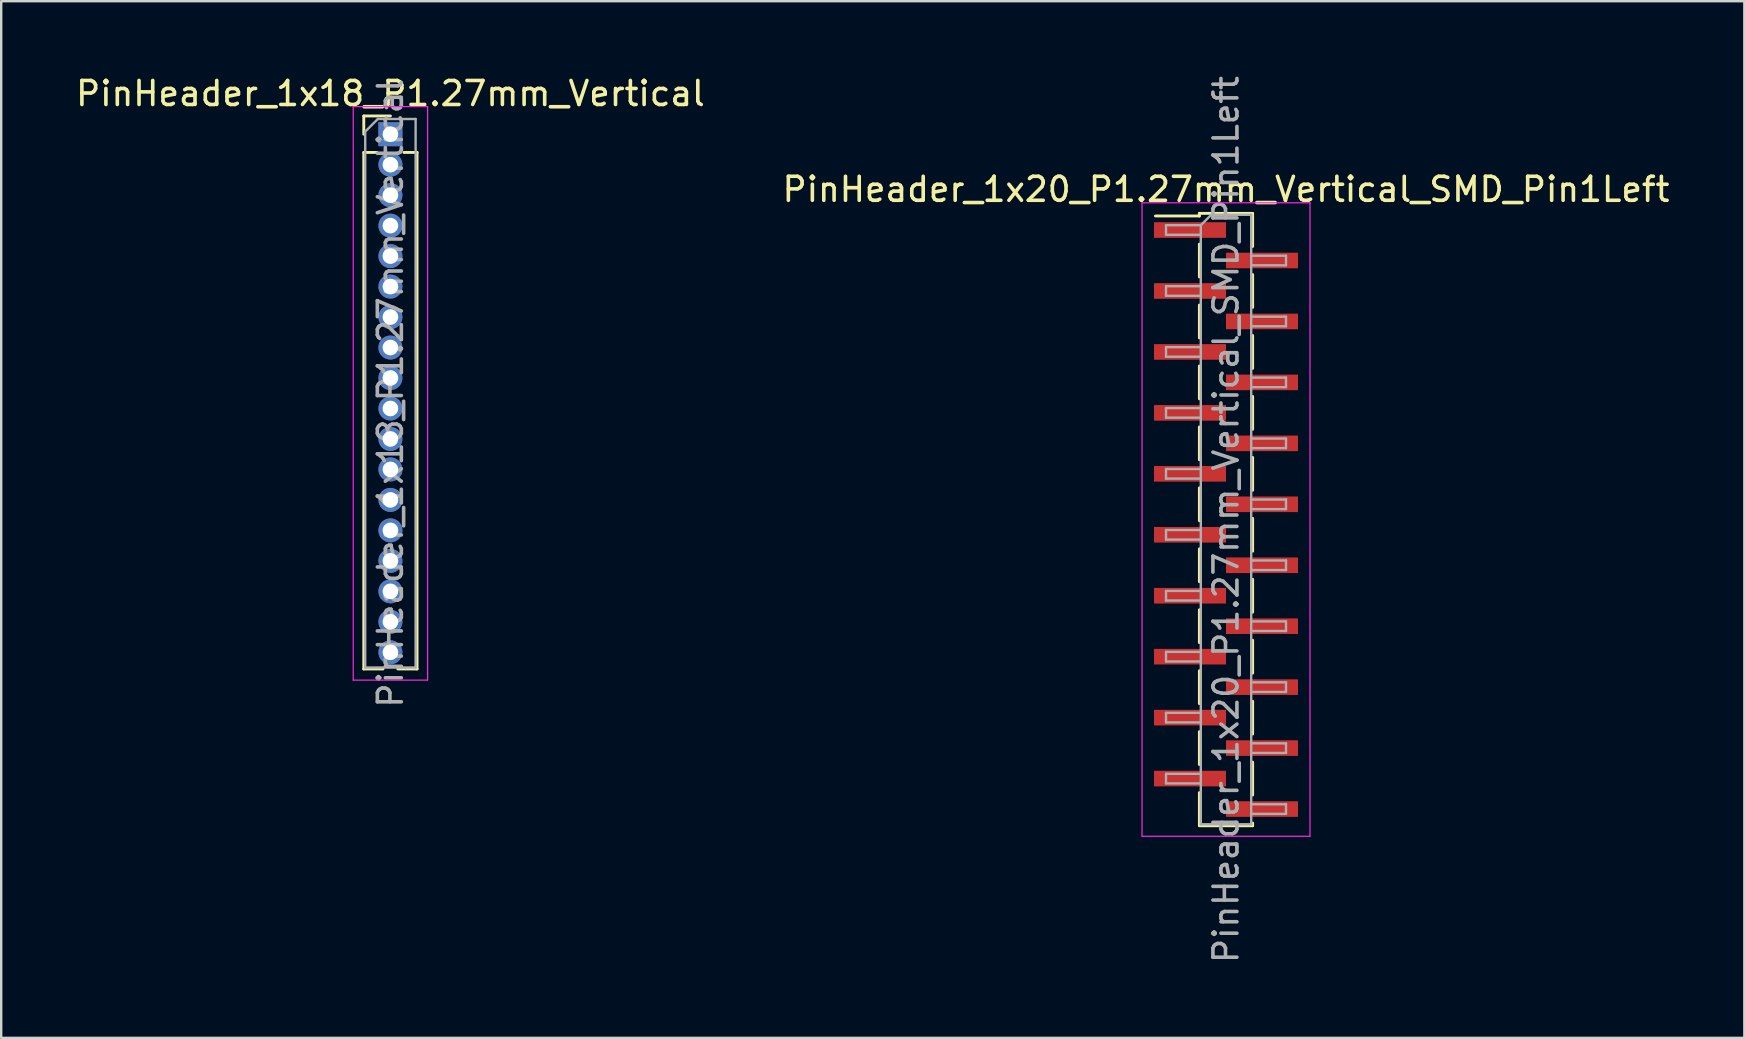
<source format=kicad_pcb>
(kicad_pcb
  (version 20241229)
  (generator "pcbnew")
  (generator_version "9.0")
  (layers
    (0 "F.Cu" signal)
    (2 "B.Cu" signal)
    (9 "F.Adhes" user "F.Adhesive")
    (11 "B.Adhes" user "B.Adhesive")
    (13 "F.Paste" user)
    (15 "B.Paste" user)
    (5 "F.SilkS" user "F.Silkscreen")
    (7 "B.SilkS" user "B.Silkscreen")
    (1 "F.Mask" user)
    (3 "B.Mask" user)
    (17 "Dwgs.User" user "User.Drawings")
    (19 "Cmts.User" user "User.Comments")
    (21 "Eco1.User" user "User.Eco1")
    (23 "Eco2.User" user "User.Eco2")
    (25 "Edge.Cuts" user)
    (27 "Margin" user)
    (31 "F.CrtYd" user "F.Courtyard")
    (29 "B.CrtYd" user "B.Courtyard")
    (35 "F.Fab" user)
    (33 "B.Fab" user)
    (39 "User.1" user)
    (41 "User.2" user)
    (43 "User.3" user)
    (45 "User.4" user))
  (footprint "PinHeader_1x18_P1.27mm_Vertical"
    (layer "F.Cu")
    (at 13.22 2.543)
    (property "Reference" "PinHeader_1x18_P1.27mm_Vertical" (at 0 -1.695 0) (layer "F.SilkS") (effects (font (size 1 1) (thickness 0.15))))
    (attr through_hole)
    (fp_line (start -1.11 -0.76) (end 0 -0.76) (stroke (width 0.12) (type solid)) (layer "F.SilkS"))
    (fp_line (start -1.11 0) (end -1.11 -0.76) (stroke (width 0.12) (type solid)) (layer "F.SilkS"))
    (fp_line (start -1.11 0.76) (end -1.11 22.285) (stroke (width 0.12) (type solid)) (layer "F.SilkS"))
    (fp_line (start -1.11 0.76) (end -0.563 0.76) (stroke (width 0.12) (type solid)) (layer "F.SilkS"))
    (fp_line (start -1.11 22.285) (end -0.308 22.285) (stroke (width 0.12) (type solid)) (layer "F.SilkS"))
    (fp_line (start 0.308 22.285) (end 1.11 22.285) (stroke (width 0.12) (type solid)) (layer "F.SilkS"))
    (fp_line (start 0.563 0.76) (end 1.11 0.76) (stroke (width 0.12) (type solid)) (layer "F.SilkS"))
    (fp_line (start 1.11 0.76) (end 1.11 22.285) (stroke (width 0.12) (type solid)) (layer "F.SilkS"))
    (fp_line (start -1.55 -1.15) (end -1.55 22.75) (stroke (width 0.05) (type solid)) (layer "F.CrtYd"))
    (fp_line (start -1.55 22.75) (end 1.55 22.75) (stroke (width 0.05) (type solid)) (layer "F.CrtYd"))
    (fp_line (start 1.55 -1.15) (end -1.55 -1.15) (stroke (width 0.05) (type solid)) (layer "F.CrtYd"))
    (fp_line (start 1.55 22.75) (end 1.55 -1.15) (stroke (width 0.05) (type solid)) (layer "F.CrtYd"))
    (fp_line (start -1.05 -0.11) (end -0.525 -0.635) (stroke (width 0.1) (type solid)) (layer "F.Fab"))
    (fp_line (start -1.05 22.225) (end -1.05 -0.11) (stroke (width 0.1) (type solid)) (layer "F.Fab"))
    (fp_line (start -0.525 -0.635) (end 1.05 -0.635) (stroke (width 0.1) (type solid)) (layer "F.Fab"))
    (fp_line (start 1.05 -0.635) (end 1.05 22.225) (stroke (width 0.1) (type solid)) (layer "F.Fab"))
    (fp_line (start 1.05 22.225) (end -1.05 22.225) (stroke (width 0.1) (type solid)) (layer "F.Fab"))
    (fp_text user "${REFERENCE}" (at 0 10.795 90) (layer "F.Fab") (effects (font (size 1 1) (thickness 0.15))))
    (pad "1" thru_hole rect (at 0 0) (size 1 1) (drill 0.65) (layers "*.Cu" "*.Mask"))
    (pad "2" thru_hole oval (at 0 1.27) (size 1 1) (drill 0.65) (layers "*.Cu" "*.Mask"))
    (pad "3" thru_hole oval (at 0 2.54) (size 1 1) (drill 0.65) (layers "*.Cu" "*.Mask"))
    (pad "4" thru_hole oval (at 0 3.81) (size 1 1) (drill 0.65) (layers "*.Cu" "*.Mask"))
    (pad "5" thru_hole oval (at 0 5.08) (size 1 1) (drill 0.65) (layers "*.Cu" "*.Mask"))
    (pad "6" thru_hole oval (at 0 6.35) (size 1 1) (drill 0.65) (layers "*.Cu" "*.Mask"))
    (pad "7" thru_hole oval (at 0 7.62) (size 1 1) (drill 0.65) (layers "*.Cu" "*.Mask"))
    (pad "8" thru_hole oval (at 0 8.89) (size 1 1) (drill 0.65) (layers "*.Cu" "*.Mask"))
    (pad "9" thru_hole oval (at 0 10.16) (size 1 1) (drill 0.65) (layers "*.Cu" "*.Mask"))
    (pad "10" thru_hole oval (at 0 11.43) (size 1 1) (drill 0.65) (layers "*.Cu" "*.Mask"))
    (pad "11" thru_hole oval (at 0 12.7) (size 1 1) (drill 0.65) (layers "*.Cu" "*.Mask"))
    (pad "12" thru_hole oval (at 0 13.97) (size 1 1) (drill 0.65) (layers "*.Cu" "*.Mask"))
    (pad "13" thru_hole oval (at 0 15.24) (size 1 1) (drill 0.65) (layers "*.Cu" "*.Mask"))
    (pad "14" thru_hole oval (at 0 16.51) (size 1 1) (drill 0.65) (layers "*.Cu" "*.Mask"))
    (pad "15" thru_hole oval (at 0 17.78) (size 1 1) (drill 0.65) (layers "*.Cu" "*.Mask"))
    (pad "16" thru_hole oval (at 0 19.05) (size 1 1) (drill 0.65) (layers "*.Cu" "*.Mask"))
    (pad "17" thru_hole oval (at 0 20.32) (size 1 1) (drill 0.65) (layers "*.Cu" "*.Mask"))
    (pad "18" thru_hole oval (at 0 21.59) (size 1 1) (drill 0.65) (layers "*.Cu" "*.Mask")))
  (footprint "PinHeader_1x20_P1.27mm_Vertical_SMD_Pin1Left"
    (layer "F.Cu")
    (at 48.042 18.601)
    (property "Reference" "PinHeader_1x20_P1.27mm_Vertical_SMD_Pin1Left" (at 0 -13.76 0) (layer "F.SilkS") (effects (font (size 1 1) (thickness 0.15))))
    (attr smd)
    (fp_line (start -1.11 -12.76) (end -1.11 -12.65) (stroke (width 0.12) (type solid)) (layer "F.SilkS"))
    (fp_line (start -1.11 -12.76) (end 1.11 -12.76) (stroke (width 0.12) (type solid)) (layer "F.SilkS"))
    (fp_line (start -1.11 -12.65) (end -2.94 -12.65) (stroke (width 0.12) (type solid)) (layer "F.SilkS"))
    (fp_line (start -1.11 -11.48) (end -1.11 -10.11) (stroke (width 0.12) (type solid)) (layer "F.SilkS"))
    (fp_line (start -1.11 -8.94) (end -1.11 -7.57) (stroke (width 0.12) (type solid)) (layer "F.SilkS"))
    (fp_line (start -1.11 -6.4) (end -1.11 -5.03) (stroke (width 0.12) (type solid)) (layer "F.SilkS"))
    (fp_line (start -1.11 -3.86) (end -1.11 -2.49) (stroke (width 0.12) (type solid)) (layer "F.SilkS"))
    (fp_line (start -1.11 -1.32) (end -1.11 0.05) (stroke (width 0.12) (type solid)) (layer "F.SilkS"))
    (fp_line (start -1.11 1.22) (end -1.11 2.59) (stroke (width 0.12) (type solid)) (layer "F.SilkS"))
    (fp_line (start -1.11 3.76) (end -1.11 5.13) (stroke (width 0.12) (type solid)) (layer "F.SilkS"))
    (fp_line (start -1.11 6.3) (end -1.11 7.67) (stroke (width 0.12) (type solid)) (layer "F.SilkS"))
    (fp_line (start -1.11 8.84) (end -1.11 10.21) (stroke (width 0.12) (type solid)) (layer "F.SilkS"))
    (fp_line (start -1.11 11.38) (end -1.11 12.75) (stroke (width 0.12) (type solid)) (layer "F.SilkS"))
    (fp_line (start -1.11 12.76) (end 1.11 12.76) (stroke (width 0.12) (type solid)) (layer "F.SilkS"))
    (fp_line (start 1.11 -12.75) (end 1.11 -11.38) (stroke (width 0.12) (type solid)) (layer "F.SilkS"))
    (fp_line (start 1.11 -10.21) (end 1.11 -8.84) (stroke (width 0.12) (type solid)) (layer "F.SilkS"))
    (fp_line (start 1.11 -7.67) (end 1.11 -6.3) (stroke (width 0.12) (type solid)) (layer "F.SilkS"))
    (fp_line (start 1.11 -5.13) (end 1.11 -3.76) (stroke (width 0.12) (type solid)) (layer "F.SilkS"))
    (fp_line (start 1.11 -2.59) (end 1.11 -1.22) (stroke (width 0.12) (type solid)) (layer "F.SilkS"))
    (fp_line (start 1.11 -0.05) (end 1.11 1.32) (stroke (width 0.12) (type solid)) (layer "F.SilkS"))
    (fp_line (start 1.11 2.49) (end 1.11 3.86) (stroke (width 0.12) (type solid)) (layer "F.SilkS"))
    (fp_line (start 1.11 5.03) (end 1.11 6.4) (stroke (width 0.12) (type solid)) (layer "F.SilkS"))
    (fp_line (start 1.11 7.57) (end 1.11 8.94) (stroke (width 0.12) (type solid)) (layer "F.SilkS"))
    (fp_line (start 1.11 10.11) (end 1.11 11.48) (stroke (width 0.12) (type solid)) (layer "F.SilkS"))
    (fp_line (start 1.11 12.65) (end 1.11 12.76) (stroke (width 0.12) (type solid)) (layer "F.SilkS"))
    (fp_line (start -3.5 -13.2) (end -3.5 13.2) (stroke (width 0.05) (type solid)) (layer "F.CrtYd"))
    (fp_line (start -3.5 13.2) (end 3.5 13.2) (stroke (width 0.05) (type solid)) (layer "F.CrtYd"))
    (fp_line (start 3.5 -13.2) (end -3.5 -13.2) (stroke (width 0.05) (type solid)) (layer "F.CrtYd"))
    (fp_line (start 3.5 13.2) (end 3.5 -13.2) (stroke (width 0.05) (type solid)) (layer "F.CrtYd"))
    (fp_line (start -2.5 -12.265) (end -2.5 -11.865) (stroke (width 0.1) (type solid)) (layer "F.Fab"))
    (fp_line (start -2.5 -11.865) (end -1.05 -11.865) (stroke (width 0.1) (type solid)) (layer "F.Fab"))
    (fp_line (start -2.5 -9.725) (end -2.5 -9.325) (stroke (width 0.1) (type solid)) (layer "F.Fab"))
    (fp_line (start -2.5 -9.325) (end -1.05 -9.325) (stroke (width 0.1) (type solid)) (layer "F.Fab"))
    (fp_line (start -2.5 -7.185) (end -2.5 -6.785) (stroke (width 0.1) (type solid)) (layer "F.Fab"))
    (fp_line (start -2.5 -6.785) (end -1.05 -6.785) (stroke (width 0.1) (type solid)) (layer "F.Fab"))
    (fp_line (start -2.5 -4.645) (end -2.5 -4.245) (stroke (width 0.1) (type solid)) (layer "F.Fab"))
    (fp_line (start -2.5 -4.245) (end -1.05 -4.245) (stroke (width 0.1) (type solid)) (layer "F.Fab"))
    (fp_line (start -2.5 -2.105) (end -2.5 -1.705) (stroke (width 0.1) (type solid)) (layer "F.Fab"))
    (fp_line (start -2.5 -1.705) (end -1.05 -1.705) (stroke (width 0.1) (type solid)) (layer "F.Fab"))
    (fp_line (start -2.5 0.435) (end -2.5 0.835) (stroke (width 0.1) (type solid)) (layer "F.Fab"))
    (fp_line (start -2.5 0.835) (end -1.05 0.835) (stroke (width 0.1) (type solid)) (layer "F.Fab"))
    (fp_line (start -2.5 2.975) (end -2.5 3.375) (stroke (width 0.1) (type solid)) (layer "F.Fab"))
    (fp_line (start -2.5 3.375) (end -1.05 3.375) (stroke (width 0.1) (type solid)) (layer "F.Fab"))
    (fp_line (start -2.5 5.515) (end -2.5 5.915) (stroke (width 0.1) (type solid)) (layer "F.Fab"))
    (fp_line (start -2.5 5.915) (end -1.05 5.915) (stroke (width 0.1) (type solid)) (layer "F.Fab"))
    (fp_line (start -2.5 8.055) (end -2.5 8.455) (stroke (width 0.1) (type solid)) (layer "F.Fab"))
    (fp_line (start -2.5 8.455) (end -1.05 8.455) (stroke (width 0.1) (type solid)) (layer "F.Fab"))
    (fp_line (start -2.5 10.595) (end -2.5 10.995) (stroke (width 0.1) (type solid)) (layer "F.Fab"))
    (fp_line (start -2.5 10.995) (end -1.05 10.995) (stroke (width 0.1) (type solid)) (layer "F.Fab"))
    (fp_line (start -1.05 -12.265) (end -2.5 -12.265) (stroke (width 0.1) (type solid)) (layer "F.Fab"))
    (fp_line (start -1.05 -12.265) (end -0.615 -12.7) (stroke (width 0.1) (type solid)) (layer "F.Fab"))
    (fp_line (start -1.05 -9.725) (end -2.5 -9.725) (stroke (width 0.1) (type solid)) (layer "F.Fab"))
    (fp_line (start -1.05 -7.185) (end -2.5 -7.185) (stroke (width 0.1) (type solid)) (layer "F.Fab"))
    (fp_line (start -1.05 -4.645) (end -2.5 -4.645) (stroke (width 0.1) (type solid)) (layer "F.Fab"))
    (fp_line (start -1.05 -2.105) (end -2.5 -2.105) (stroke (width 0.1) (type solid)) (layer "F.Fab"))
    (fp_line (start -1.05 0.435) (end -2.5 0.435) (stroke (width 0.1) (type solid)) (layer "F.Fab"))
    (fp_line (start -1.05 2.975) (end -2.5 2.975) (stroke (width 0.1) (type solid)) (layer "F.Fab"))
    (fp_line (start -1.05 5.515) (end -2.5 5.515) (stroke (width 0.1) (type solid)) (layer "F.Fab"))
    (fp_line (start -1.05 8.055) (end -2.5 8.055) (stroke (width 0.1) (type solid)) (layer "F.Fab"))
    (fp_line (start -1.05 10.595) (end -2.5 10.595) (stroke (width 0.1) (type solid)) (layer "F.Fab"))
    (fp_line (start -1.05 12.7) (end -1.05 -12.265) (stroke (width 0.1) (type solid)) (layer "F.Fab"))
    (fp_line (start -0.615 -12.7) (end 1.05 -12.7) (stroke (width 0.1) (type solid)) (layer "F.Fab"))
    (fp_line (start 1.05 -12.7) (end 1.05 12.7) (stroke (width 0.1) (type solid)) (layer "F.Fab"))
    (fp_line (start 1.05 -10.995) (end 2.5 -10.995) (stroke (width 0.1) (type solid)) (layer "F.Fab"))
    (fp_line (start 1.05 -8.455) (end 2.5 -8.455) (stroke (width 0.1) (type solid)) (layer "F.Fab"))
    (fp_line (start 1.05 -5.915) (end 2.5 -5.915) (stroke (width 0.1) (type solid)) (layer "F.Fab"))
    (fp_line (start 1.05 -3.375) (end 2.5 -3.375) (stroke (width 0.1) (type solid)) (layer "F.Fab"))
    (fp_line (start 1.05 -0.835) (end 2.5 -0.835) (stroke (width 0.1) (type solid)) (layer "F.Fab"))
    (fp_line (start 1.05 1.705) (end 2.5 1.705) (stroke (width 0.1) (type solid)) (layer "F.Fab"))
    (fp_line (start 1.05 4.245) (end 2.5 4.245) (stroke (width 0.1) (type solid)) (layer "F.Fab"))
    (fp_line (start 1.05 6.785) (end 2.5 6.785) (stroke (width 0.1) (type solid)) (layer "F.Fab"))
    (fp_line (start 1.05 9.325) (end 2.5 9.325) (stroke (width 0.1) (type solid)) (layer "F.Fab"))
    (fp_line (start 1.05 11.865) (end 2.5 11.865) (stroke (width 0.1) (type solid)) (layer "F.Fab"))
    (fp_line (start 1.05 12.7) (end -1.05 12.7) (stroke (width 0.1) (type solid)) (layer "F.Fab"))
    (fp_line (start 2.5 -10.995) (end 2.5 -10.595) (stroke (width 0.1) (type solid)) (layer "F.Fab"))
    (fp_line (start 2.5 -10.595) (end 1.05 -10.595) (stroke (width 0.1) (type solid)) (layer "F.Fab"))
    (fp_line (start 2.5 -8.455) (end 2.5 -8.055) (stroke (width 0.1) (type solid)) (layer "F.Fab"))
    (fp_line (start 2.5 -8.055) (end 1.05 -8.055) (stroke (width 0.1) (type solid)) (layer "F.Fab"))
    (fp_line (start 2.5 -5.915) (end 2.5 -5.515) (stroke (width 0.1) (type solid)) (layer "F.Fab"))
    (fp_line (start 2.5 -5.515) (end 1.05 -5.515) (stroke (width 0.1) (type solid)) (layer "F.Fab"))
    (fp_line (start 2.5 -3.375) (end 2.5 -2.975) (stroke (width 0.1) (type solid)) (layer "F.Fab"))
    (fp_line (start 2.5 -2.975) (end 1.05 -2.975) (stroke (width 0.1) (type solid)) (layer "F.Fab"))
    (fp_line (start 2.5 -0.835) (end 2.5 -0.435) (stroke (width 0.1) (type solid)) (layer "F.Fab"))
    (fp_line (start 2.5 -0.435) (end 1.05 -0.435) (stroke (width 0.1) (type solid)) (layer "F.Fab"))
    (fp_line (start 2.5 1.705) (end 2.5 2.105) (stroke (width 0.1) (type solid)) (layer "F.Fab"))
    (fp_line (start 2.5 2.105) (end 1.05 2.105) (stroke (width 0.1) (type solid)) (layer "F.Fab"))
    (fp_line (start 2.5 4.245) (end 2.5 4.645) (stroke (width 0.1) (type solid)) (layer "F.Fab"))
    (fp_line (start 2.5 4.645) (end 1.05 4.645) (stroke (width 0.1) (type solid)) (layer "F.Fab"))
    (fp_line (start 2.5 6.785) (end 2.5 7.185) (stroke (width 0.1) (type solid)) (layer "F.Fab"))
    (fp_line (start 2.5 7.185) (end 1.05 7.185) (stroke (width 0.1) (type solid)) (layer "F.Fab"))
    (fp_line (start 2.5 9.325) (end 2.5 9.725) (stroke (width 0.1) (type solid)) (layer "F.Fab"))
    (fp_line (start 2.5 9.725) (end 1.05 9.725) (stroke (width 0.1) (type solid)) (layer "F.Fab"))
    (fp_line (start 2.5 11.865) (end 2.5 12.265) (stroke (width 0.1) (type solid)) (layer "F.Fab"))
    (fp_line (start 2.5 12.265) (end 1.05 12.265) (stroke (width 0.1) (type solid)) (layer "F.Fab"))
    (fp_text user "${REFERENCE}" (at 0 0 90) (layer "F.Fab") (effects (font (size 1 1) (thickness 0.15))))
    (pad "1" smd rect (at -1.5 -12.065) (size 3 0.65) (layers "F.Cu" "F.Mask" "F.Paste"))
    (pad "2" smd rect (at 1.5 -10.795) (size 3 0.65) (layers "F.Cu" "F.Mask" "F.Paste"))
    (pad "3" smd rect (at -1.5 -9.525) (size 3 0.65) (layers "F.Cu" "F.Mask" "F.Paste"))
    (pad "4" smd rect (at 1.5 -8.255) (size 3 0.65) (layers "F.Cu" "F.Mask" "F.Paste"))
    (pad "5" smd rect (at -1.5 -6.985) (size 3 0.65) (layers "F.Cu" "F.Mask" "F.Paste"))
    (pad "6" smd rect (at 1.5 -5.715) (size 3 0.65) (layers "F.Cu" "F.Mask" "F.Paste"))
    (pad "7" smd rect (at -1.5 -4.445) (size 3 0.65) (layers "F.Cu" "F.Mask" "F.Paste"))
    (pad "8" smd rect (at 1.5 -3.175) (size 3 0.65) (layers "F.Cu" "F.Mask" "F.Paste"))
    (pad "9" smd rect (at -1.5 -1.905) (size 3 0.65) (layers "F.Cu" "F.Mask" "F.Paste"))
    (pad "10" smd rect (at 1.5 -0.635) (size 3 0.65) (layers "F.Cu" "F.Mask" "F.Paste"))
    (pad "11" smd rect (at -1.5 0.635) (size 3 0.65) (layers "F.Cu" "F.Mask" "F.Paste"))
    (pad "12" smd rect (at 1.5 1.905) (size 3 0.65) (layers "F.Cu" "F.Mask" "F.Paste"))
    (pad "13" smd rect (at -1.5 3.175) (size 3 0.65) (layers "F.Cu" "F.Mask" "F.Paste"))
    (pad "14" smd rect (at 1.5 4.445) (size 3 0.65) (layers "F.Cu" "F.Mask" "F.Paste"))
    (pad "15" smd rect (at -1.5 5.715) (size 3 0.65) (layers "F.Cu" "F.Mask" "F.Paste"))
    (pad "16" smd rect (at 1.5 6.985) (size 3 0.65) (layers "F.Cu" "F.Mask" "F.Paste"))
    (pad "17" smd rect (at -1.5 8.255) (size 3 0.65) (layers "F.Cu" "F.Mask" "F.Paste"))
    (pad "18" smd rect (at 1.5 9.525) (size 3 0.65) (layers "F.Cu" "F.Mask" "F.Paste"))
    (pad "19" smd rect (at -1.5 10.795) (size 3 0.65) (layers "F.Cu" "F.Mask" "F.Paste"))
    (pad "20" smd rect (at 1.5 12.065) (size 3 0.65) (layers "F.Cu" "F.Mask" "F.Paste")))
  (gr_rect
    (start -3 -3)
    (end 69.643 40.202)
    (stroke (width 0.1) (type default))
    (fill no)
    (layer "Edge.Cuts")))
</source>
